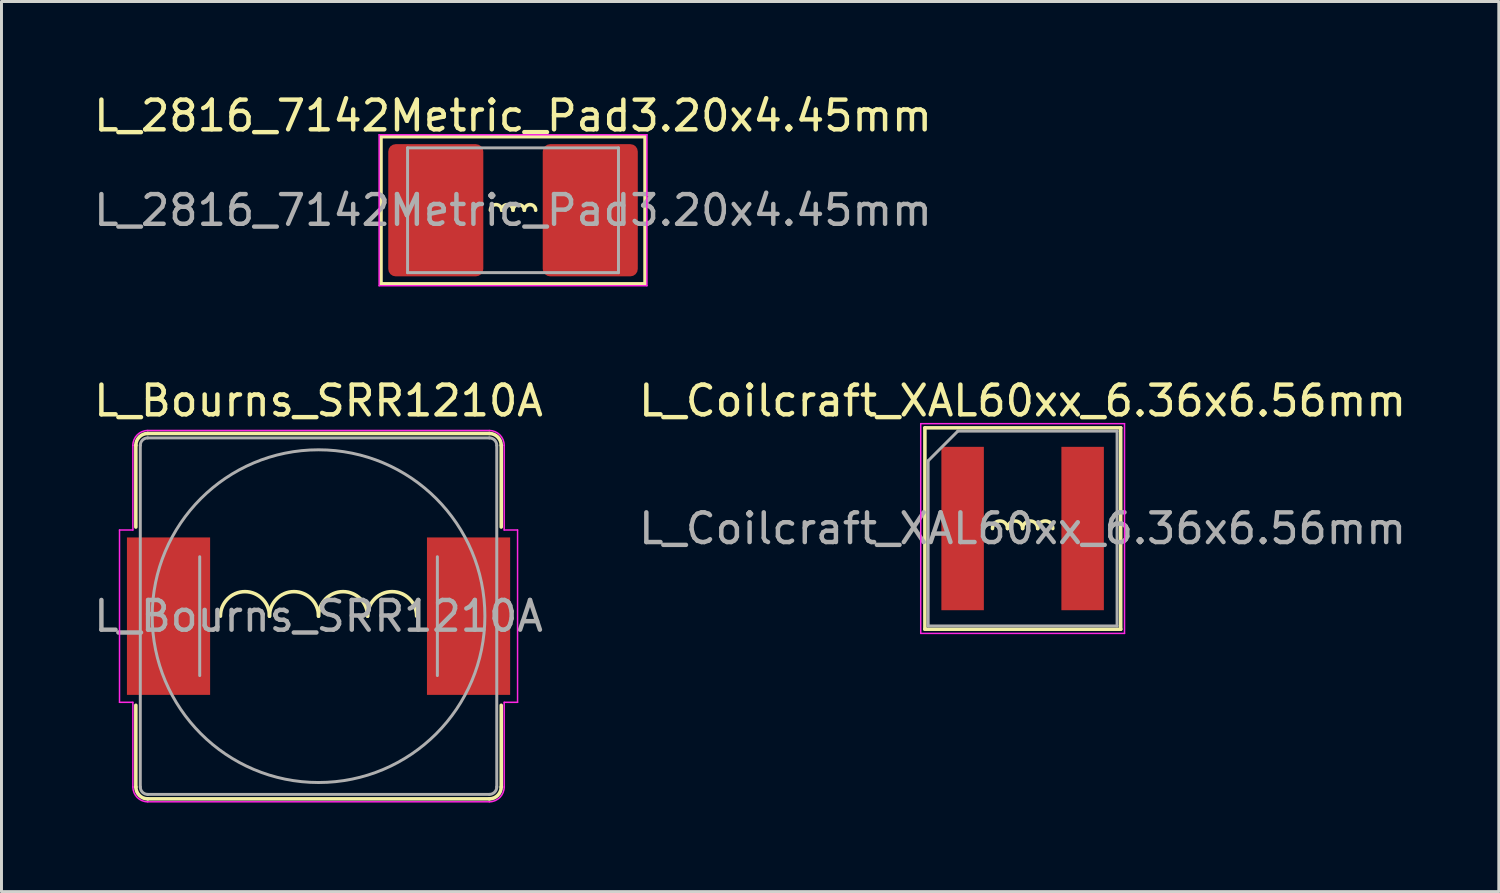
<source format=kicad_pcb>
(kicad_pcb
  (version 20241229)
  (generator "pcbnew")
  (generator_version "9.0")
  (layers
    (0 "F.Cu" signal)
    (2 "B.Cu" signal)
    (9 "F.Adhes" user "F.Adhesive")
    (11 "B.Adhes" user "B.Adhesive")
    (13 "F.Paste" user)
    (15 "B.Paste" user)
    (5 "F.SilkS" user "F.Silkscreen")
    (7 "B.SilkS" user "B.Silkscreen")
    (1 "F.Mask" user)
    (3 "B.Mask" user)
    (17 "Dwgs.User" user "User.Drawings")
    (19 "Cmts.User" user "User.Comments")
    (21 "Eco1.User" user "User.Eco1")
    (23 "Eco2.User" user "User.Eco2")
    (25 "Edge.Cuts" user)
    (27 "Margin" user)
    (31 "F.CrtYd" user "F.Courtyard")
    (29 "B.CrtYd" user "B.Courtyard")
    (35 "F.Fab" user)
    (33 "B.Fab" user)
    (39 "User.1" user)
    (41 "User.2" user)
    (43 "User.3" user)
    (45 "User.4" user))
  (footprint "L_2816_7142Metric_Pad3.20x4.45mm"
    (layer "F.Cu")
    (at 14.22 4.028)
    (property "Reference" "L_2816_7142Metric_Pad3.20x4.45mm" (at 0 -3.18 0) (layer "F.SilkS") (effects (font (size 1 1) (thickness 0.15))))
    (attr smd)
    (fp_line (start -4.445 -2.477) (end 4.445 -2.477) (stroke (width 0.12) (type solid)) (layer "F.SilkS"))
    (fp_line (start -4.445 2.477) (end -4.445 -2.477) (stroke (width 0.12) (type solid)) (layer "F.SilkS"))
    (fp_line (start 4.445 -2.477) (end 4.445 2.477) (stroke (width 0.12) (type solid)) (layer "F.SilkS"))
    (fp_line (start 4.445 2.477) (end -4.445 2.477) (stroke (width 0.12) (type solid)) (layer "F.SilkS"))
    (fp_arc (start -0.762 0) (mid -0.5715 -0.1905) (end -0.381 0) (stroke (width 0.12) (type solid)) (layer "F.SilkS"))
    (fp_arc (start -0.381 0) (mid -0.1905 -0.1905) (end 0 0) (stroke (width 0.12) (type solid)) (layer "F.SilkS"))
    (fp_arc (start 0 0) (mid 0.1905 -0.1905) (end 0.381 0) (stroke (width 0.12) (type solid)) (layer "F.SilkS"))
    (fp_arc (start 0.381 0) (mid 0.5715 -0.1905) (end 0.762 0) (stroke (width 0.12) (type solid)) (layer "F.SilkS"))
    (fp_line (start -4.508 -2.54) (end 4.508 -2.54) (stroke (width 0.05) (type solid)) (layer "F.CrtYd"))
    (fp_line (start -4.508 2.54) (end -4.508 -2.54) (stroke (width 0.05) (type solid)) (layer "F.CrtYd"))
    (fp_line (start 4.508 -2.54) (end 4.508 2.54) (stroke (width 0.05) (type solid)) (layer "F.CrtYd"))
    (fp_line (start 4.508 2.54) (end -4.508 2.54) (stroke (width 0.05) (type solid)) (layer "F.CrtYd"))
    (fp_line (start -3.55 -2.1) (end 3.55 -2.1) (stroke (width 0.1) (type solid)) (layer "F.Fab"))
    (fp_line (start -3.55 2.1) (end -3.55 -2.1) (stroke (width 0.1) (type solid)) (layer "F.Fab"))
    (fp_line (start 3.55 -2.1) (end 3.55 2.1) (stroke (width 0.1) (type solid)) (layer "F.Fab"))
    (fp_line (start 3.55 2.1) (end -3.55 2.1) (stroke (width 0.1) (type solid)) (layer "F.Fab"))
    (fp_text user "${REFERENCE}" (at 0 0 0) (layer "F.Fab") (effects (font (size 1 1) (thickness 0.15))))
    (pad "1" smd roundrect (at -2.6 0) (size 3.2 4.45) (layers "F.Cu" "F.Mask" "F.Paste") (roundrect_rratio 0.078))
    (pad "2" smd roundrect (at 2.6 0) (size 3.2 4.45) (layers "F.Cu" "F.Mask" "F.Paste") (roundrect_rratio 0.078)))
  (footprint "L_Bourns_SRR1210A"
    (layer "F.Cu")
    (at 7.673 17.692)
    (property "Reference" "L_Bourns_SRR1210A" (at 0 -7.25 0) (layer "F.SilkS") (effects (font (size 1 1) (thickness 0.15))))
    (attr smd)
    (fp_line (start -6.15 -5.75) (end -6.15 -3) (stroke (width 0.12) (type solid)) (layer "F.SilkS"))
    (fp_line (start -6.15 3) (end -6.15 5.75) (stroke (width 0.12) (type solid)) (layer "F.SilkS"))
    (fp_line (start -5.75 -6.15) (end 5.75 -6.15) (stroke (width 0.12) (type solid)) (layer "F.SilkS"))
    (fp_line (start 5.75 6.15) (end -5.75 6.15) (stroke (width 0.12) (type solid)) (layer "F.SilkS"))
    (fp_line (start 6.15 -5.75) (end 6.15 -3) (stroke (width 0.12) (type solid)) (layer "F.SilkS"))
    (fp_line (start 6.15 3) (end 6.15 5.75) (stroke (width 0.12) (type solid)) (layer "F.SilkS"))
    (fp_arc (start -6.15 -5.75) (mid -6.032843 -6.032843) (end -5.75 -6.15) (stroke (width 0.12) (type solid)) (layer "F.SilkS"))
    (fp_arc (start -5.75 6.15) (mid -6.032843 6.032843) (end -6.15 5.75) (stroke (width 0.12) (type solid)) (layer "F.SilkS"))
    (fp_arc (start -3.302 0) (mid -2.4765 -0.8255) (end -1.651 0) (stroke (width 0.12) (type solid)) (layer "F.SilkS"))
    (fp_arc (start -1.651 0) (mid -0.8255 -0.8255) (end 0 0) (stroke (width 0.12) (type solid)) (layer "F.SilkS"))
    (fp_arc (start 0 0) (mid 0.8255 -0.8255) (end 1.651 0) (stroke (width 0.12) (type solid)) (layer "F.SilkS"))
    (fp_arc (start 1.651 0) (mid 2.4765 -0.8255) (end 3.302 0) (stroke (width 0.12) (type solid)) (layer "F.SilkS"))
    (fp_arc (start 5.75 -6.15) (mid 6.032843 -6.032843) (end 6.15 -5.75) (stroke (width 0.12) (type solid)) (layer "F.SilkS"))
    (fp_arc (start 6.15 5.75) (mid 6.032843 6.032843) (end 5.75 6.15) (stroke (width 0.12) (type solid)) (layer "F.SilkS"))
    (fp_line (start -6.7 -2.9) (end -6.7 2.9) (stroke (width 0.05) (type solid)) (layer "F.CrtYd"))
    (fp_line (start -6.7 -2.9) (end -6.25 -2.9) (stroke (width 0.05) (type solid)) (layer "F.CrtYd"))
    (fp_line (start -6.25 -5.75) (end -6.25 -2.9) (stroke (width 0.05) (type solid)) (layer "F.CrtYd"))
    (fp_line (start -6.25 2.9) (end -6.7 2.9) (stroke (width 0.05) (type solid)) (layer "F.CrtYd"))
    (fp_line (start -6.25 5.75) (end -6.25 2.9) (stroke (width 0.05) (type solid)) (layer "F.CrtYd"))
    (fp_line (start -5.75 -6.25) (end 5.75 -6.25) (stroke (width 0.05) (type solid)) (layer "F.CrtYd"))
    (fp_line (start 5.75 6.25) (end -5.75 6.25) (stroke (width 0.05) (type solid)) (layer "F.CrtYd"))
    (fp_line (start 6.25 -5.75) (end 6.25 -2.9) (stroke (width 0.05) (type solid)) (layer "F.CrtYd"))
    (fp_line (start 6.25 2.9) (end 6.25 5.75) (stroke (width 0.05) (type solid)) (layer "F.CrtYd"))
    (fp_line (start 6.7 -2.9) (end 6.25 -2.9) (stroke (width 0.05) (type solid)) (layer "F.CrtYd"))
    (fp_line (start 6.7 -2.9) (end 6.7 2.9) (stroke (width 0.05) (type solid)) (layer "F.CrtYd"))
    (fp_line (start 6.7 2.9) (end 6.25 2.9) (stroke (width 0.05) (type solid)) (layer "F.CrtYd"))
    (fp_arc (start -6.25 -5.75) (mid -6.103553 -6.103553) (end -5.75 -6.25) (stroke (width 0.05) (type solid)) (layer "F.CrtYd"))
    (fp_arc (start -5.75 6.25) (mid -6.103553 6.103553) (end -6.25 5.75) (stroke (width 0.05) (type solid)) (layer "F.CrtYd"))
    (fp_arc (start 5.75 -6.25) (mid 6.103553 -6.103553) (end 6.25 -5.75) (stroke (width 0.05) (type solid)) (layer "F.CrtYd"))
    (fp_arc (start 6.25 5.75) (mid 6.103553 6.103553) (end 5.75 6.25) (stroke (width 0.05) (type solid)) (layer "F.CrtYd"))
    (fp_line (start -6 -5.75) (end -6 5.75) (stroke (width 0.1) (type solid)) (layer "F.Fab"))
    (fp_line (start -5.75 -6) (end 5.75 -6) (stroke (width 0.1) (type solid)) (layer "F.Fab"))
    (fp_line (start -4 2) (end -4 -2) (stroke (width 0.1) (type solid)) (layer "F.Fab"))
    (fp_line (start 4 -2) (end 4 2) (stroke (width 0.1) (type solid)) (layer "F.Fab"))
    (fp_line (start 5.75 6) (end -5.75 6) (stroke (width 0.1) (type solid)) (layer "F.Fab"))
    (fp_line (start 6 -5.75) (end 6 5.75) (stroke (width 0.1) (type solid)) (layer "F.Fab"))
    (fp_arc (start -6 -5.75) (mid -5.926777 -5.926777) (end -5.75 -6) (stroke (width 0.1) (type solid)) (layer "F.Fab"))
    (fp_arc (start -5.75 6) (mid -5.926777 5.926777) (end -6 5.75) (stroke (width 0.1) (type solid)) (layer "F.Fab"))
    (fp_arc (start 5.75 -6) (mid 5.926777 -5.926777) (end 6 -5.75) (stroke (width 0.1) (type solid)) (layer "F.Fab"))
    (fp_arc (start 6 5.75) (mid 5.926777 5.926777) (end 5.75 6) (stroke (width 0.1) (type solid)) (layer "F.Fab"))
    (fp_circle (center 0 0) (end 0 -5.6) (stroke (width 0.1) (type solid)) (fill no) (layer "F.Fab"))
    (fp_text user "${REFERENCE}" (at 0 0 0) (layer "F.Fab") (effects (font (size 1 1) (thickness 0.15))))
    (pad "1" smd rect (at -5.05 0) (size 2.8 5.3) (layers "F.Cu" "F.Mask" "F.Paste"))
    (pad "2" smd rect (at 5.05 0) (size 2.8 5.3) (layers "F.Cu" "F.Mask" "F.Paste")))
  (footprint "L_Coilcraft_XAL60xx_6.36x6.56mm"
    (layer "F.Cu")
    (at 31.375 14.742)
    (property "Reference" "L_Coilcraft_XAL60xx_6.36x6.56mm" (at 0 -4.3 0) (layer "F.SilkS") (effects (font (size 1 1) (thickness 0.15))))
    (attr smd)
    (fp_line (start -3.29 -3.39) (end -3.29 3.39) (stroke (width 0.12) (type solid)) (layer "F.SilkS"))
    (fp_line (start -3.29 -3.39) (end 3.302 -3.39) (stroke (width 0.12) (type solid)) (layer "F.SilkS"))
    (fp_line (start -3.29 3.39) (end 3.302 3.39) (stroke (width 0.12) (type solid)) (layer "F.SilkS"))
    (fp_line (start 3.302 -3.39) (end 3.302 3.39) (stroke (width 0.12) (type solid)) (layer "F.SilkS"))
    (fp_arc (start -1.016 0) (mid -0.762 -0.254) (end -0.508 0) (stroke (width 0.12) (type solid)) (layer "F.SilkS"))
    (fp_arc (start -0.508 0) (mid -0.254 -0.254) (end 0 0) (stroke (width 0.12) (type solid)) (layer "F.SilkS"))
    (fp_arc (start 0 0) (mid 0.254 -0.254) (end 0.508 0) (stroke (width 0.12) (type solid)) (layer "F.SilkS"))
    (fp_arc (start 0.508 0) (mid 0.762 -0.254) (end 1.016 0) (stroke (width 0.12) (type solid)) (layer "F.SilkS"))
    (fp_line (start -3.43 -3.53) (end -3.43 3.53) (stroke (width 0.05) (type solid)) (layer "F.CrtYd"))
    (fp_line (start -3.43 -3.53) (end 3.43 -3.53) (stroke (width 0.05) (type solid)) (layer "F.CrtYd"))
    (fp_line (start -3.43 3.53) (end 3.43 3.53) (stroke (width 0.05) (type solid)) (layer "F.CrtYd"))
    (fp_line (start 3.43 -3.53) (end 3.43 3.53) (stroke (width 0.05) (type solid)) (layer "F.CrtYd"))
    (fp_line (start -3.18 -2.28) (end -3.18 3.28) (stroke (width 0.1) (type solid)) (layer "F.Fab"))
    (fp_line (start -3.18 -2.28) (end -2.18 -3.28) (stroke (width 0.1) (type solid)) (layer "F.Fab"))
    (fp_line (start -3.18 3.28) (end 3.18 3.28) (stroke (width 0.1) (type solid)) (layer "F.Fab"))
    (fp_line (start -2.18 -3.28) (end 3.18 -3.28) (stroke (width 0.1) (type solid)) (layer "F.Fab"))
    (fp_line (start 3.18 -3.28) (end 3.18 3.28) (stroke (width 0.1) (type solid)) (layer "F.Fab"))
    (fp_text user "${REFERENCE}" (at 0 0 0) (layer "F.Fab") (effects (font (size 1 1) (thickness 0.15))))
    (pad "1" smd rect (at -2.02 0) (size 1.43 5.5) (layers "F.Cu" "F.Mask" "F.Paste"))
    (pad "2" smd rect (at 2.02 0) (size 1.43 5.5) (layers "F.Cu" "F.Mask" "F.Paste")))
  (gr_rect
    (start -3 -3)
    (end 47.405 26.966)
    (stroke (width 0.1) (type default))
    (fill no)
    (layer "Edge.Cuts")))
</source>
